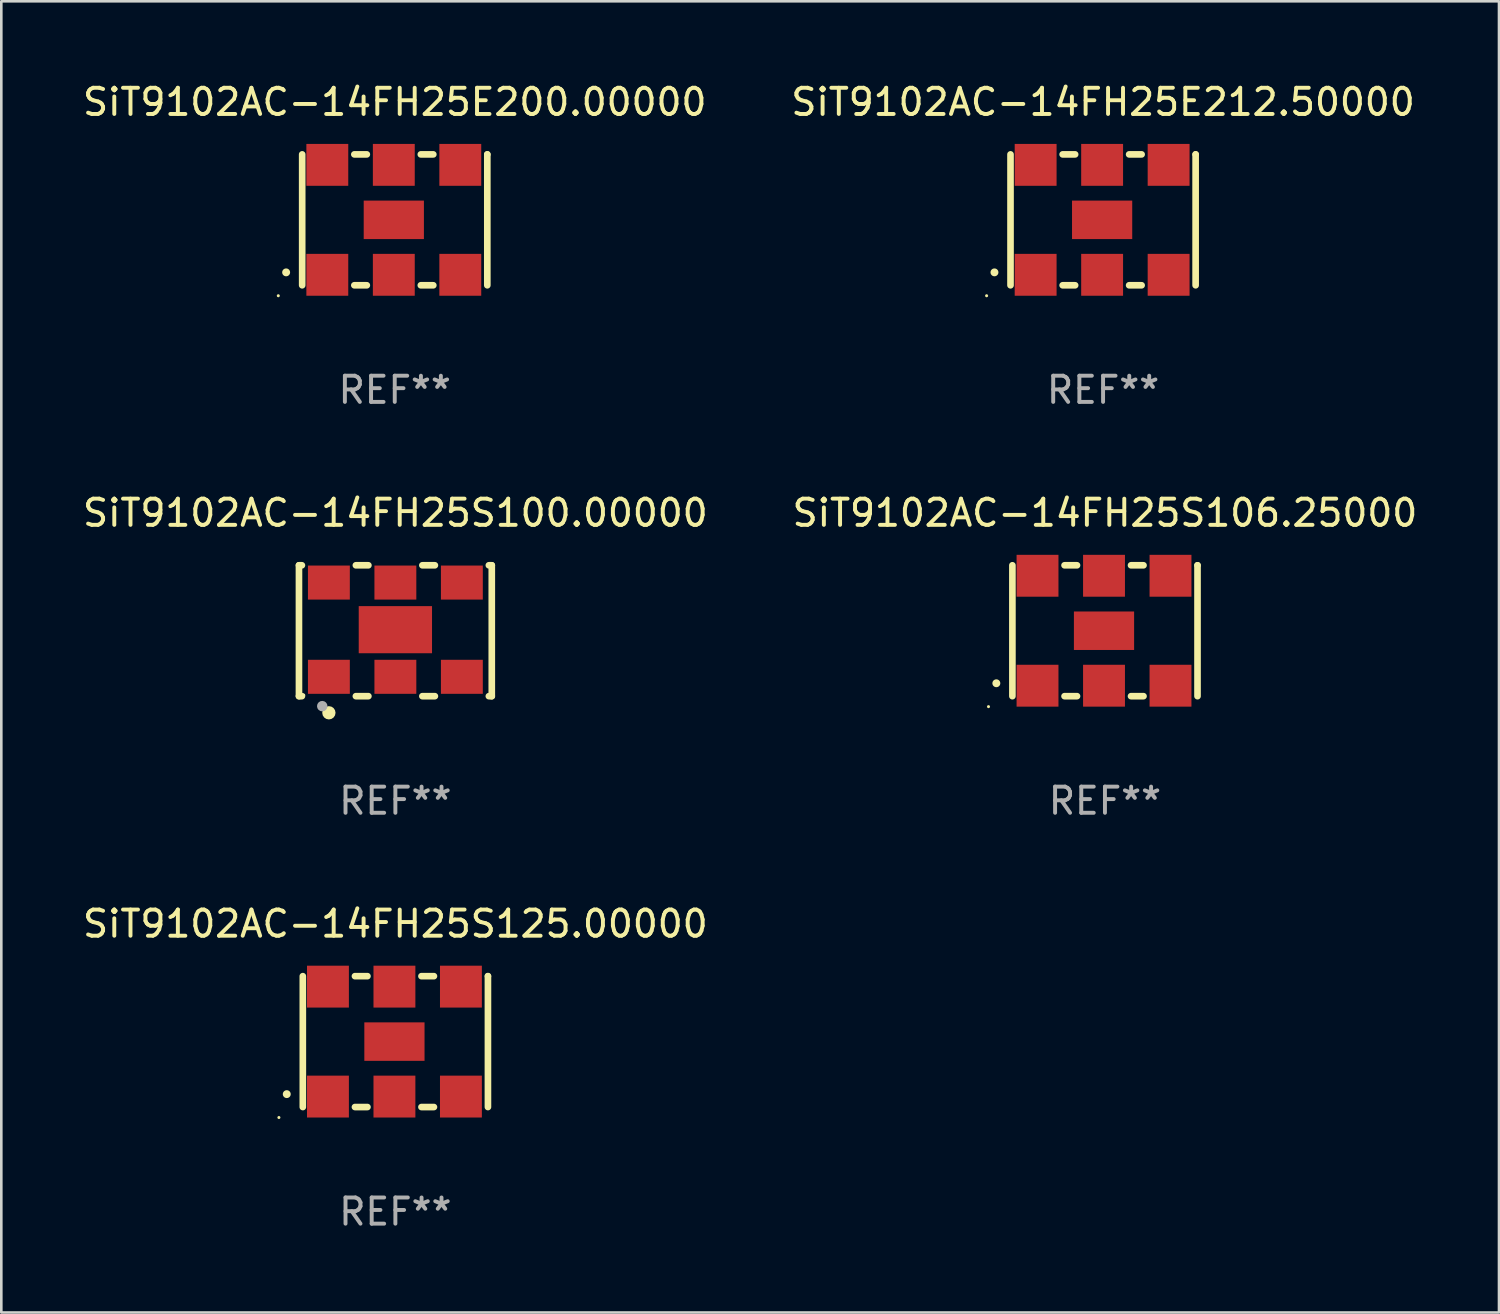
<source format=kicad_pcb>
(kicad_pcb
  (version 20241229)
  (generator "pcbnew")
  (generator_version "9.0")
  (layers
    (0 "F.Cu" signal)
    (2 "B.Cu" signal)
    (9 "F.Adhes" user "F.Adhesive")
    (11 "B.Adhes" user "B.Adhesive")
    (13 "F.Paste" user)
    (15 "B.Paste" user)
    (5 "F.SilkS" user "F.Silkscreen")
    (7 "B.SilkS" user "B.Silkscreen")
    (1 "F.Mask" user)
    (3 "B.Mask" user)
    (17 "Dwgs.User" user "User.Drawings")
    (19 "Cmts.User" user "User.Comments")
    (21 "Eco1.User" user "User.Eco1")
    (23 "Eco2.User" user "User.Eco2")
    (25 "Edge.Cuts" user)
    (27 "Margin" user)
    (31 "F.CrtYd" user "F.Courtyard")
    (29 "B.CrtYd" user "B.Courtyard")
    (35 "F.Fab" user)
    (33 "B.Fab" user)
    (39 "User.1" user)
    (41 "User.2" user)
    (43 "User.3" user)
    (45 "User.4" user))
  (footprint "SiT9102AC-14FH25S125.00000"
    (layer "F.Cu")
    (at 12.054 36.741)
    (property "Reference" "SiT9102AC-14FH25S125.00000" (at 0 -4.5 0) (layer "F.SilkS") (effects (font (size 1 1) (thickness 0.15))))
    (attr through_hole)
    (fp_line (start -3.536 -2.5) (end -3.536 2.5) (stroke (width 0.254) (type solid)) (layer "F.SilkS"))
    (fp_line (start -1.544 2.5) (end -1.067 2.5) (stroke (width 0.254) (type solid)) (layer "F.SilkS"))
    (fp_line (start -1.067 -2.5) (end -1.544 -2.5) (stroke (width 0.254) (type solid)) (layer "F.SilkS"))
    (fp_line (start 0.996 2.5) (end 1.473 2.5) (stroke (width 0.254) (type solid)) (layer "F.SilkS"))
    (fp_line (start 1.473 -2.5) (end 0.996 -2.5) (stroke (width 0.254) (type solid)) (layer "F.SilkS"))
    (fp_line (start 3.536 -2.5) (end 3.536 -2.5) (stroke (width 0.254) (type solid)) (layer "F.SilkS"))
    (fp_line (start 3.536 2.5) (end 3.536 -2.5) (stroke (width 0.254) (type solid)) (layer "F.SilkS"))
    (fp_arc (start -4.150432 2.006604) (mid -4.149162 2.006599) (end -4.147892 2.006604) (stroke (width 0.3) (type solid)) (layer "F.SilkS"))
    (fp_circle (center -4.449 2.9) (end -4.419 2.9) (stroke (width 0.06) (type solid)) (fill no) (layer "F.SilkS"))
    (fp_text user "REF**" (at 0 6.5 0) (layer "F.Fab") (effects (font (size 1 1) (thickness 0.15))))
    (pad "1" smd rect (at -2.576 2.1) (size 1.6 1.6) (layers "F.Cu" "F.Mask" "F.Paste"))
    (pad "2" smd rect (at -0.036 2.1) (size 1.6 1.6) (layers "F.Cu" "F.Mask" "F.Paste"))
    (pad "3" smd rect (at 2.504 2.1) (size 1.6 1.6) (layers "F.Cu" "F.Mask" "F.Paste"))
    (pad "4" smd rect (at 2.504 -2.1) (size 1.6 1.6) (layers "F.Cu" "F.Mask" "F.Paste"))
    (pad "5" smd rect (at -0.036 -2.1) (size 1.6 1.6) (layers "F.Cu" "F.Mask" "F.Paste"))
    (pad "6" smd rect (at -2.576 -2.1) (size 1.6 1.6) (layers "F.Cu" "F.Mask" "F.Paste"))
    (pad "7" smd rect (at -0.036 0) (size 2.3 1.47) (layers "F.Cu" "F.Mask" "F.Paste")))
  (footprint "SiT9102AC-14FH25S106.25000"
    (layer "F.Cu")
    (at 39.161 21.045)
    (property "Reference" "SiT9102AC-14FH25S106.25000" (at 0 -4.5 0) (layer "F.SilkS") (effects (font (size 1 1) (thickness 0.15))))
    (attr through_hole)
    (fp_line (start -3.536 -2.5) (end -3.536 2.5) (stroke (width 0.254) (type solid)) (layer "F.SilkS"))
    (fp_line (start -1.544 2.5) (end -1.067 2.5) (stroke (width 0.254) (type solid)) (layer "F.SilkS"))
    (fp_line (start -1.067 -2.5) (end -1.544 -2.5) (stroke (width 0.254) (type solid)) (layer "F.SilkS"))
    (fp_line (start 0.996 2.5) (end 1.473 2.5) (stroke (width 0.254) (type solid)) (layer "F.SilkS"))
    (fp_line (start 1.473 -2.5) (end 0.996 -2.5) (stroke (width 0.254) (type solid)) (layer "F.SilkS"))
    (fp_line (start 3.536 -2.5) (end 3.536 -2.5) (stroke (width 0.254) (type solid)) (layer "F.SilkS"))
    (fp_line (start 3.536 2.5) (end 3.536 -2.5) (stroke (width 0.254) (type solid)) (layer "F.SilkS"))
    (fp_arc (start -4.150432 2.006604) (mid -4.149162 2.006599) (end -4.147892 2.006604) (stroke (width 0.3) (type solid)) (layer "F.SilkS"))
    (fp_circle (center -4.449 2.9) (end -4.419 2.9) (stroke (width 0.06) (type solid)) (fill no) (layer "F.SilkS"))
    (fp_text user "REF**" (at 0 6.5 0) (layer "F.Fab") (effects (font (size 1 1) (thickness 0.15))))
    (pad "1" smd rect (at -2.576 2.1) (size 1.6 1.6) (layers "F.Cu" "F.Mask" "F.Paste"))
    (pad "2" smd rect (at -0.036 2.1) (size 1.6 1.6) (layers "F.Cu" "F.Mask" "F.Paste"))
    (pad "3" smd rect (at 2.504 2.1) (size 1.6 1.6) (layers "F.Cu" "F.Mask" "F.Paste"))
    (pad "4" smd rect (at 2.504 -2.1) (size 1.6 1.6) (layers "F.Cu" "F.Mask" "F.Paste"))
    (pad "5" smd rect (at -0.036 -2.1) (size 1.6 1.6) (layers "F.Cu" "F.Mask" "F.Paste"))
    (pad "6" smd rect (at -2.576 -2.1) (size 1.6 1.6) (layers "F.Cu" "F.Mask" "F.Paste"))
    (pad "7" smd rect (at -0.036 0) (size 2.3 1.47) (layers "F.Cu" "F.Mask" "F.Paste")))
  (footprint "SiT9102AC-14FH25S100.00000"
    (layer "F.Cu")
    (at 12.054 21.045)
    (property "Reference" "SiT9102AC-14FH25S100.00000" (at 0 -4.5 0) (layer "F.SilkS") (effects (font (size 1 1) (thickness 0.15))))
    (attr through_hole)
    (fp_line (start -3.683 -2.5) (end -3.571 -2.5) (stroke (width 0.254) (type solid)) (layer "F.SilkS"))
    (fp_line (start -3.683 2.5) (end -3.683 -2.5) (stroke (width 0.254) (type solid)) (layer "F.SilkS"))
    (fp_line (start -3.683 2.5) (end -3.571 2.5) (stroke (width 0.254) (type solid)) (layer "F.SilkS"))
    (fp_line (start -1.509 -2.5) (end -1.031 -2.5) (stroke (width 0.254) (type solid)) (layer "F.SilkS"))
    (fp_line (start -1.509 2.5) (end -1.031 2.5) (stroke (width 0.254) (type solid)) (layer "F.SilkS"))
    (fp_line (start 1.031 -2.5) (end 1.509 -2.5) (stroke (width 0.254) (type solid)) (layer "F.SilkS"))
    (fp_line (start 1.031 2.5) (end 1.509 2.5) (stroke (width 0.254) (type solid)) (layer "F.SilkS"))
    (fp_line (start 3.571 -2.5) (end 3.683 -2.5) (stroke (width 0.254) (type solid)) (layer "F.SilkS"))
    (fp_line (start 3.571 2.5) (end 3.683 2.5) (stroke (width 0.254) (type solid)) (layer "F.SilkS"))
    (fp_line (start 3.683 2.5) (end 3.683 -2.5) (stroke (width 0.254) (type solid)) (layer "F.SilkS"))
    (fp_circle (center -3.5 2.46) (end -3.47 2.46) (stroke (width 0.06) (type solid)) (fill no) (layer "F.SilkS"))
    (fp_circle (center -2.54 3.135) (end -2.413 3.135) (stroke (width 0.254) (type solid)) (fill no) (layer "F.SilkS"))
    (fp_circle (center -2.794 2.881) (end -2.694 2.881) (stroke (width 0.2) (type solid)) (fill no) (layer "F.Fab"))
    (fp_text user "REF**" (at 0 6.5 0) (layer "F.Fab") (effects (font (size 1 1) (thickness 0.15))))
    (pad "1" smd rect (at -2.54 1.76) (size 1.6 1.3) (layers "F.Cu" "F.Mask" "F.Paste"))
    (pad "2" smd rect (at 0 1.76) (size 1.6 1.3) (layers "F.Cu" "F.Mask" "F.Paste"))
    (pad "3" smd rect (at 2.54 1.76) (size 1.6 1.3) (layers "F.Cu" "F.Mask" "F.Paste"))
    (pad "4" smd rect (at 2.54 -1.84) (size 1.6 1.3) (layers "F.Cu" "F.Mask" "F.Paste"))
    (pad "5" smd rect (at 0 -1.84) (size 1.6 1.3) (layers "F.Cu" "F.Mask" "F.Paste"))
    (pad "6" smd rect (at -2.54 -1.84) (size 1.6 1.3) (layers "F.Cu" "F.Mask" "F.Paste"))
    (pad "7" smd rect (at 0 -0.04) (size 2.8 1.8) (layers "F.Cu" "F.Mask" "F.Paste")))
  (footprint "SiT9102AC-14FH25E200.00000"
    (layer "F.Cu")
    (at 12.03 5.348)
    (property "Reference" "SiT9102AC-14FH25E200.00000" (at 0 -4.5 0) (layer "F.SilkS") (effects (font (size 1 1) (thickness 0.15))))
    (attr through_hole)
    (fp_line (start -3.536 -2.5) (end -3.536 2.5) (stroke (width 0.254) (type solid)) (layer "F.SilkS"))
    (fp_line (start -1.544 2.5) (end -1.067 2.5) (stroke (width 0.254) (type solid)) (layer "F.SilkS"))
    (fp_line (start -1.067 -2.5) (end -1.544 -2.5) (stroke (width 0.254) (type solid)) (layer "F.SilkS"))
    (fp_line (start 0.996 2.5) (end 1.473 2.5) (stroke (width 0.254) (type solid)) (layer "F.SilkS"))
    (fp_line (start 1.473 -2.5) (end 0.996 -2.5) (stroke (width 0.254) (type solid)) (layer "F.SilkS"))
    (fp_line (start 3.536 -2.5) (end 3.536 -2.5) (stroke (width 0.254) (type solid)) (layer "F.SilkS"))
    (fp_line (start 3.536 2.5) (end 3.536 -2.5) (stroke (width 0.254) (type solid)) (layer "F.SilkS"))
    (fp_arc (start -4.150432 2.006604) (mid -4.149162 2.006599) (end -4.147892 2.006604) (stroke (width 0.3) (type solid)) (layer "F.SilkS"))
    (fp_circle (center -4.449 2.9) (end -4.419 2.9) (stroke (width 0.06) (type solid)) (fill no) (layer "F.SilkS"))
    (fp_text user "REF**" (at 0 6.5 0) (layer "F.Fab") (effects (font (size 1 1) (thickness 0.15))))
    (pad "1" smd rect (at -2.576 2.1) (size 1.6 1.6) (layers "F.Cu" "F.Mask" "F.Paste"))
    (pad "2" smd rect (at -0.036 2.1) (size 1.6 1.6) (layers "F.Cu" "F.Mask" "F.Paste"))
    (pad "3" smd rect (at 2.504 2.1) (size 1.6 1.6) (layers "F.Cu" "F.Mask" "F.Paste"))
    (pad "4" smd rect (at 2.504 -2.1) (size 1.6 1.6) (layers "F.Cu" "F.Mask" "F.Paste"))
    (pad "5" smd rect (at -0.036 -2.1) (size 1.6 1.6) (layers "F.Cu" "F.Mask" "F.Paste"))
    (pad "6" smd rect (at -2.576 -2.1) (size 1.6 1.6) (layers "F.Cu" "F.Mask" "F.Paste"))
    (pad "7" smd rect (at -0.036 0) (size 2.3 1.47) (layers "F.Cu" "F.Mask" "F.Paste")))
  (footprint "SiT9102AC-14FH25E212.50000"
    (layer "F.Cu")
    (at 39.089 5.348)
    (property "Reference" "SiT9102AC-14FH25E212.50000" (at 0 -4.5 0) (layer "F.SilkS") (effects (font (size 1 1) (thickness 0.15))))
    (attr through_hole)
    (fp_line (start -3.536 -2.5) (end -3.536 2.5) (stroke (width 0.254) (type solid)) (layer "F.SilkS"))
    (fp_line (start -1.544 2.5) (end -1.067 2.5) (stroke (width 0.254) (type solid)) (layer "F.SilkS"))
    (fp_line (start -1.067 -2.5) (end -1.544 -2.5) (stroke (width 0.254) (type solid)) (layer "F.SilkS"))
    (fp_line (start 0.996 2.5) (end 1.473 2.5) (stroke (width 0.254) (type solid)) (layer "F.SilkS"))
    (fp_line (start 1.473 -2.5) (end 0.996 -2.5) (stroke (width 0.254) (type solid)) (layer "F.SilkS"))
    (fp_line (start 3.536 -2.5) (end 3.536 -2.5) (stroke (width 0.254) (type solid)) (layer "F.SilkS"))
    (fp_line (start 3.536 2.5) (end 3.536 -2.5) (stroke (width 0.254) (type solid)) (layer "F.SilkS"))
    (fp_arc (start -4.150432 2.006604) (mid -4.149162 2.006599) (end -4.147892 2.006604) (stroke (width 0.3) (type solid)) (layer "F.SilkS"))
    (fp_circle (center -4.449 2.9) (end -4.419 2.9) (stroke (width 0.06) (type solid)) (fill no) (layer "F.SilkS"))
    (fp_text user "REF**" (at 0 6.5 0) (layer "F.Fab") (effects (font (size 1 1) (thickness 0.15))))
    (pad "1" smd rect (at -2.576 2.1) (size 1.6 1.6) (layers "F.Cu" "F.Mask" "F.Paste"))
    (pad "2" smd rect (at -0.036 2.1) (size 1.6 1.6) (layers "F.Cu" "F.Mask" "F.Paste"))
    (pad "3" smd rect (at 2.504 2.1) (size 1.6 1.6) (layers "F.Cu" "F.Mask" "F.Paste"))
    (pad "4" smd rect (at 2.504 -2.1) (size 1.6 1.6) (layers "F.Cu" "F.Mask" "F.Paste"))
    (pad "5" smd rect (at -0.036 -2.1) (size 1.6 1.6) (layers "F.Cu" "F.Mask" "F.Paste"))
    (pad "6" smd rect (at -2.576 -2.1) (size 1.6 1.6) (layers "F.Cu" "F.Mask" "F.Paste"))
    (pad "7" smd rect (at -0.036 0) (size 2.3 1.47) (layers "F.Cu" "F.Mask" "F.Paste")))
  (gr_rect
    (start -3 -3)
    (end 54.214 47.09)
    (stroke (width 0.1) (type default))
    (fill no)
    (layer "Edge.Cuts")))
</source>
